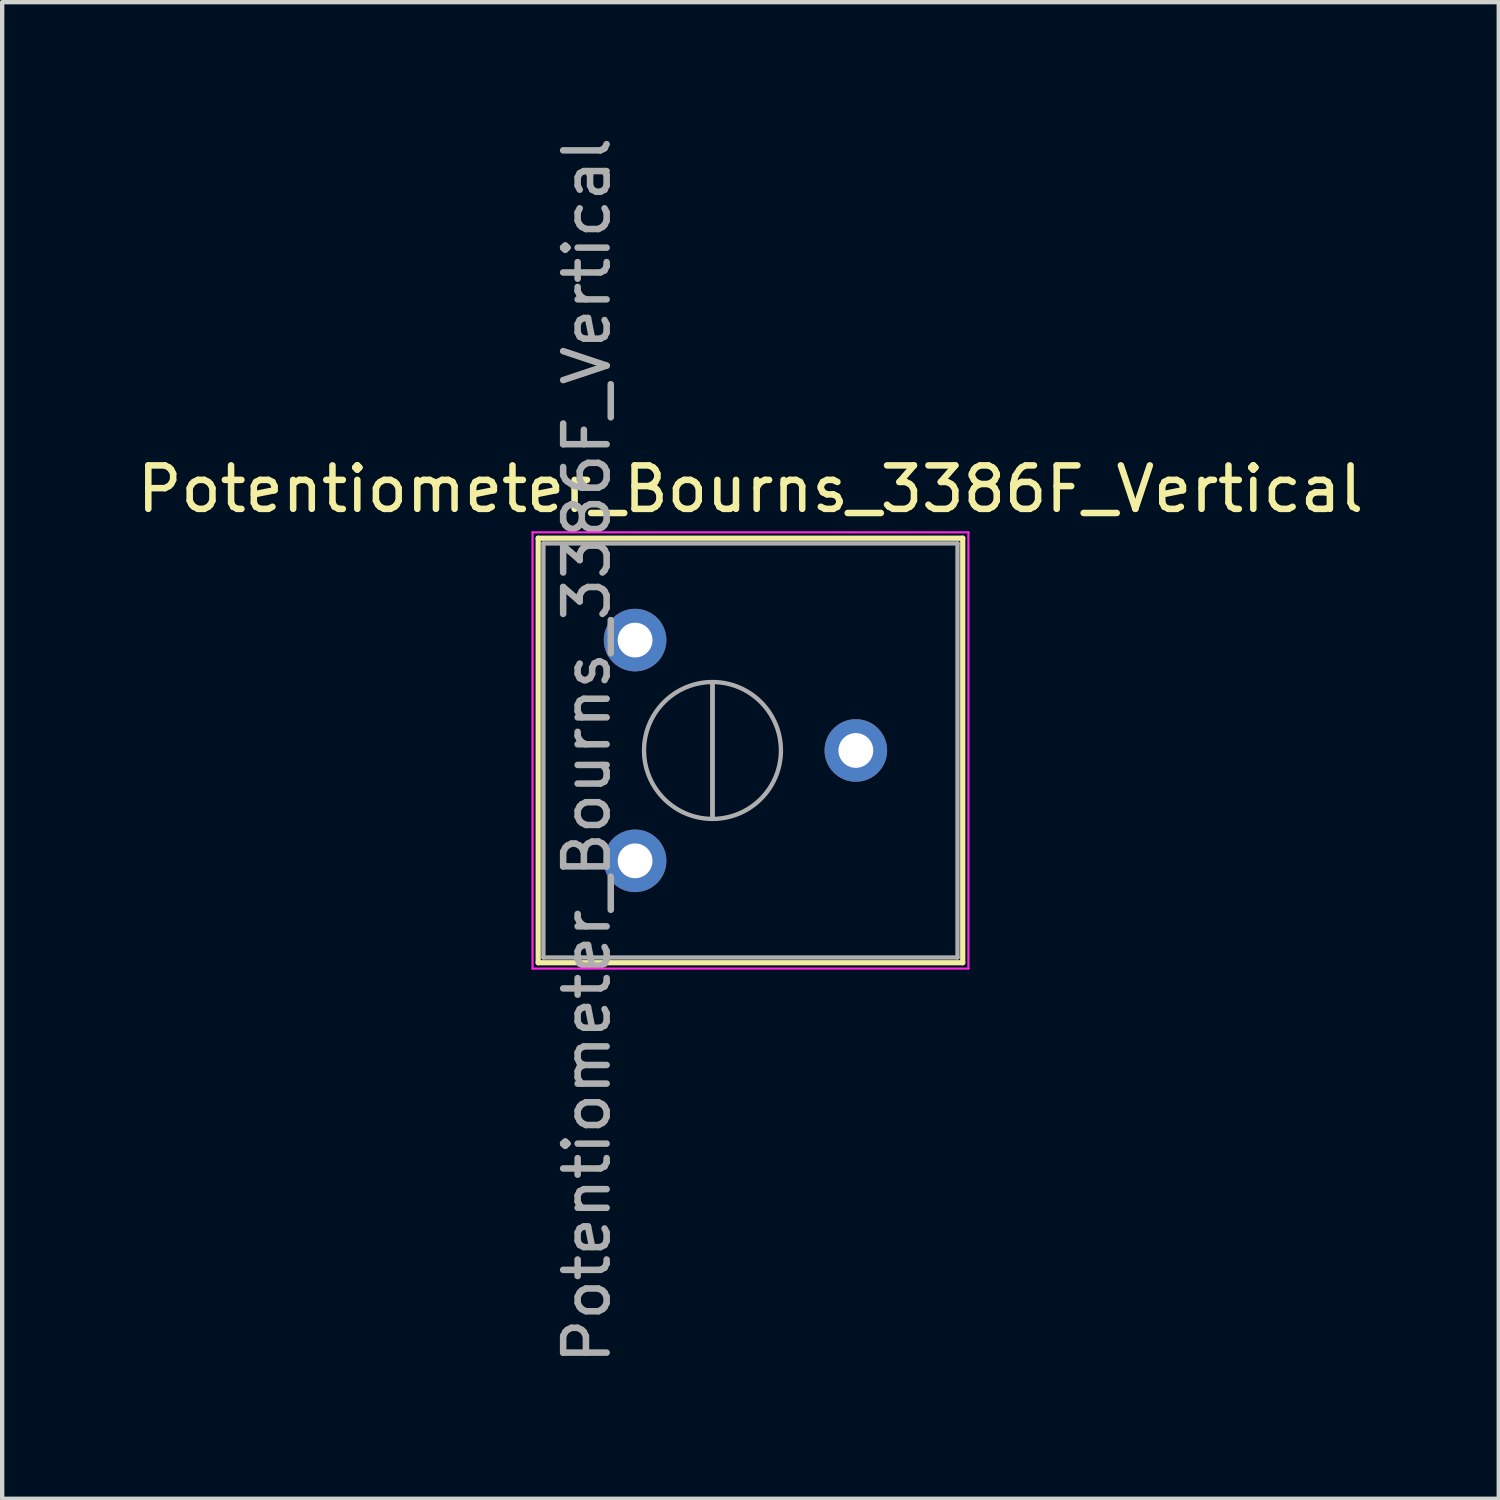
<source format=kicad_pcb>
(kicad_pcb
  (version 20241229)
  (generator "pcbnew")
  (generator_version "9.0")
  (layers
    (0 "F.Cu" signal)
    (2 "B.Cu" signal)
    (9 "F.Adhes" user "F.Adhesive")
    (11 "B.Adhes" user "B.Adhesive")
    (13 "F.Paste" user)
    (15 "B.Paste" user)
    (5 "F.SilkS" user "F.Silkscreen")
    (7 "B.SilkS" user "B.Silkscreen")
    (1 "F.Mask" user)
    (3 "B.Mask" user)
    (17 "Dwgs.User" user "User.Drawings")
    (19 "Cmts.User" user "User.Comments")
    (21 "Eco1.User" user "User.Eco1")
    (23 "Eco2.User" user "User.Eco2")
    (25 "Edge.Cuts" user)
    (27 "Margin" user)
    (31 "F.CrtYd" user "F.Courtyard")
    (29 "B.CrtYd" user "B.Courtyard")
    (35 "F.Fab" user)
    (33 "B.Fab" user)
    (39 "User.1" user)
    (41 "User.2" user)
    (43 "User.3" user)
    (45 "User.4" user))
  (footprint "Potentiometer_Bourns_3386F_Vertical"
    (layer "F.Cu")
    (at 11.565 16.76)
    (property "Reference" "Potentiometer_Bourns_3386F_Vertical" (at 2.655 -8.555 0) (layer "F.SilkS") (effects (font (size 1 1) (thickness 0.15))))
    (attr through_hole)
    (fp_line (start -2.23 -7.425) (end -2.23 2.345) (stroke (width 0.12) (type solid)) (layer "F.SilkS"))
    (fp_line (start -2.23 -7.425) (end 7.54 -7.425) (stroke (width 0.12) (type solid)) (layer "F.SilkS"))
    (fp_line (start -2.23 2.345) (end 7.54 2.345) (stroke (width 0.12) (type solid)) (layer "F.SilkS"))
    (fp_line (start 7.54 -7.425) (end 7.54 2.345) (stroke (width 0.12) (type solid)) (layer "F.SilkS"))
    (fp_line (start -2.36 -7.56) (end -2.36 2.48) (stroke (width 0.05) (type solid)) (layer "F.CrtYd"))
    (fp_line (start -2.36 2.48) (end 7.67 2.48) (stroke (width 0.05) (type solid)) (layer "F.CrtYd"))
    (fp_line (start 7.67 -7.56) (end -2.36 -7.56) (stroke (width 0.05) (type solid)) (layer "F.CrtYd"))
    (fp_line (start 7.67 2.48) (end 7.67 -7.56) (stroke (width 0.05) (type solid)) (layer "F.CrtYd"))
    (fp_line (start -2.11 -7.305) (end -2.11 2.225) (stroke (width 0.1) (type solid)) (layer "F.Fab"))
    (fp_line (start -2.11 2.225) (end 7.42 2.225) (stroke (width 0.1) (type solid)) (layer "F.Fab"))
    (fp_line (start 1.781 -0.98) (end 1.781 -4.099) (stroke (width 0.1) (type solid)) (layer "F.Fab"))
    (fp_line (start 1.781 -0.98) (end 1.781 -4.099) (stroke (width 0.1) (type solid)) (layer "F.Fab"))
    (fp_line (start 7.42 -7.305) (end -2.11 -7.305) (stroke (width 0.1) (type solid)) (layer "F.Fab"))
    (fp_line (start 7.42 2.225) (end 7.42 -7.305) (stroke (width 0.1) (type solid)) (layer "F.Fab"))
    (fp_circle (center 1.781 -2.54) (end 3.356 -2.54) (stroke (width 0.1) (type solid)) (fill no) (layer "F.Fab"))
    (fp_text user "${REFERENCE}" (at -1.11 -2.54 90) (layer "F.Fab") (effects (font (size 1 1) (thickness 0.15))))
    (pad "1" thru_hole circle (at 0 0) (size 1.44 1.44) (drill 0.8) (layers "*.Cu" "*.Mask"))
    (pad "2" thru_hole circle (at 5.08 -2.54) (size 1.44 1.44) (drill 0.8) (layers "*.Cu" "*.Mask"))
    (pad "3" thru_hole circle (at 0 -5.08) (size 1.44 1.44) (drill 0.8) (layers "*.Cu" "*.Mask")))
  (gr_rect
    (start -3 -3)
    (end 31.44 31.44)
    (stroke (width 0.1) (type default))
    (fill no)
    (layer "Edge.Cuts")))
</source>
